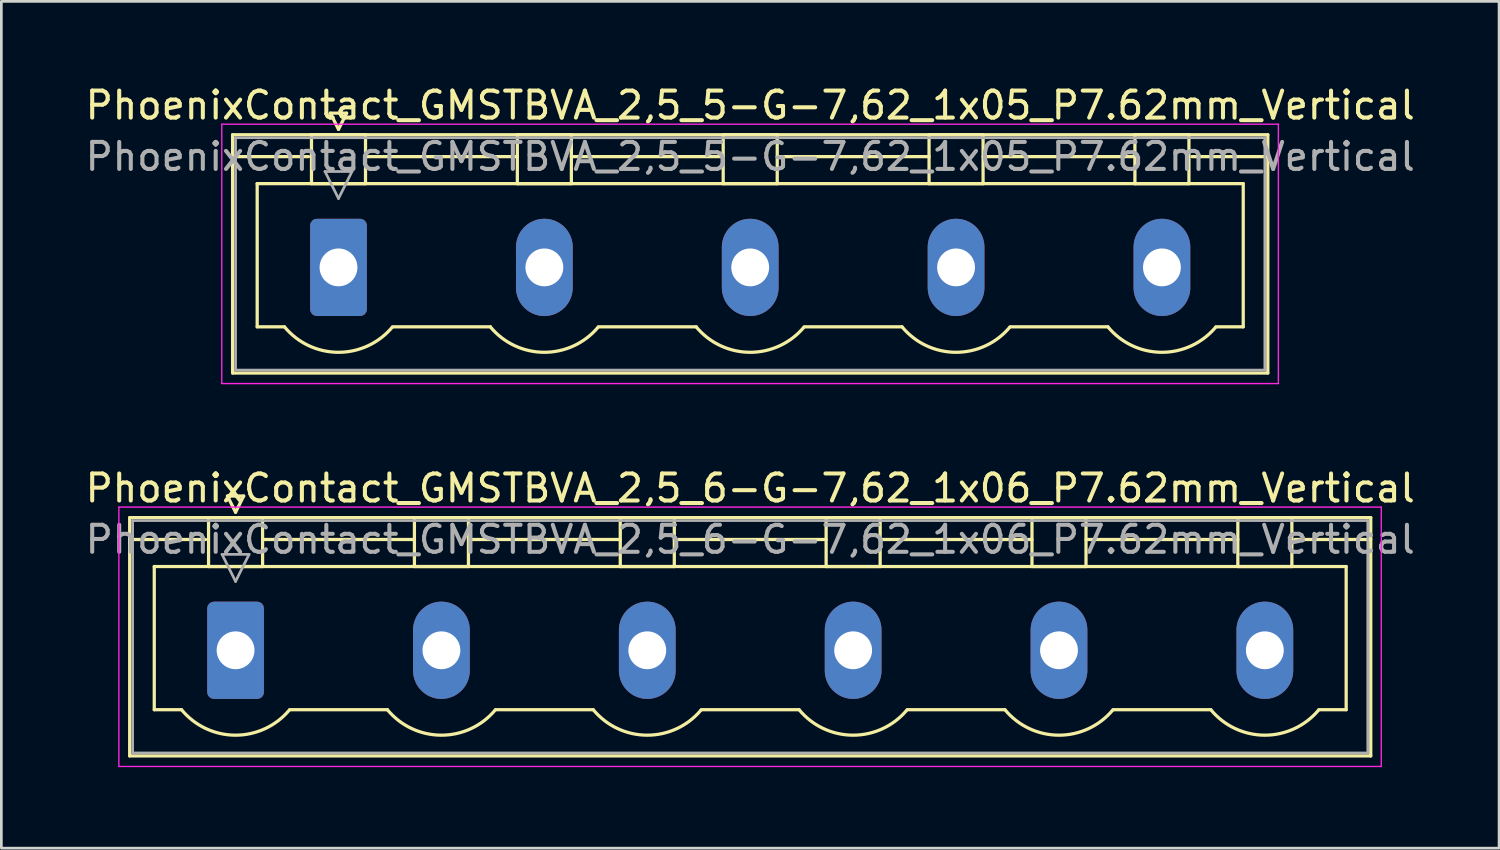
<source format=kicad_pcb>
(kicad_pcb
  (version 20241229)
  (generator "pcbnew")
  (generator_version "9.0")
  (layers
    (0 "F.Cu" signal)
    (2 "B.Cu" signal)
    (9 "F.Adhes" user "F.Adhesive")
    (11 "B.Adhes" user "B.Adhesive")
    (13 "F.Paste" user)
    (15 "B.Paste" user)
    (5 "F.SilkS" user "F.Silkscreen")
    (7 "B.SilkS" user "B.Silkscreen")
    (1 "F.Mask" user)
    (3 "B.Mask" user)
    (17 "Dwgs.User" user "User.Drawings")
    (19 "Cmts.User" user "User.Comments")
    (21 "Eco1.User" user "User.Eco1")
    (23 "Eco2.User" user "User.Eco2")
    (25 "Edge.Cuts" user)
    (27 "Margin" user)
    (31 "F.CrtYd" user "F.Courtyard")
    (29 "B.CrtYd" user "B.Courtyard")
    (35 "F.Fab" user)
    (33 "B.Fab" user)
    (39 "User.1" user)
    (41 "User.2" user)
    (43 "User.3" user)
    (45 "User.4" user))
  (footprint "PhoenixContact_GMSTBVA_2,5_6-G-7,62_1x06_P7.62mm_Vertical"
    (layer "F.Cu")
    (at 5.67 21.021)
    (property "Reference" "PhoenixContact_GMSTBVA_2,5_6-G-7,62_1x06_P7.62mm_Vertical" (at 19.05 -6 0) (layer "F.SilkS") (effects (font (size 1 1) (thickness 0.15))))
    (attr through_hole)
    (fp_line (start -3.92 -4.91) (end -3.92 3.91) (stroke (width 0.12) (type solid)) (layer "F.SilkS"))
    (fp_line (start -3.92 -4.1) (end -1.11 -4.1) (stroke (width 0.12) (type solid)) (layer "F.SilkS"))
    (fp_line (start -3.92 3.91) (end 42.02 3.91) (stroke (width 0.12) (type solid)) (layer "F.SilkS"))
    (fp_line (start -3.01 -3.1) (end 41.11 -3.1) (stroke (width 0.12) (type solid)) (layer "F.SilkS"))
    (fp_line (start -3.01 2.2) (end -3.01 -3.1) (stroke (width 0.12) (type solid)) (layer "F.SilkS"))
    (fp_line (start -2 2.2) (end -3.01 2.2) (stroke (width 0.12) (type solid)) (layer "F.SilkS"))
    (fp_line (start -1 -4.91) (end 1 -4.91) (stroke (width 0.12) (type solid)) (layer "F.SilkS"))
    (fp_line (start -1 -3.1) (end -1 -4.91) (stroke (width 0.12) (type solid)) (layer "F.SilkS"))
    (fp_line (start -0.3 -5.71) (end 0.3 -5.71) (stroke (width 0.12) (type solid)) (layer "F.SilkS"))
    (fp_line (start 0 -5.11) (end -0.3 -5.71) (stroke (width 0.12) (type solid)) (layer "F.SilkS"))
    (fp_line (start 0.3 -5.71) (end 0 -5.11) (stroke (width 0.12) (type solid)) (layer "F.SilkS"))
    (fp_line (start 1 -4.91) (end 1 -3.1) (stroke (width 0.12) (type solid)) (layer "F.SilkS"))
    (fp_line (start 1 -4.1) (end 6.62 -4.1) (stroke (width 0.12) (type solid)) (layer "F.SilkS"))
    (fp_line (start 1 -3.1) (end -1 -3.1) (stroke (width 0.12) (type solid)) (layer "F.SilkS"))
    (fp_line (start 2 2.2) (end 5.62 2.2) (stroke (width 0.12) (type solid)) (layer "F.SilkS"))
    (fp_line (start 6.62 -4.91) (end 8.62 -4.91) (stroke (width 0.12) (type solid)) (layer "F.SilkS"))
    (fp_line (start 6.62 -3.1) (end 6.62 -4.91) (stroke (width 0.12) (type solid)) (layer "F.SilkS"))
    (fp_line (start 8.62 -4.91) (end 8.62 -3.1) (stroke (width 0.12) (type solid)) (layer "F.SilkS"))
    (fp_line (start 8.62 -4.1) (end 14.24 -4.1) (stroke (width 0.12) (type solid)) (layer "F.SilkS"))
    (fp_line (start 8.62 -3.1) (end 6.62 -3.1) (stroke (width 0.12) (type solid)) (layer "F.SilkS"))
    (fp_line (start 9.62 2.2) (end 13.24 2.2) (stroke (width 0.12) (type solid)) (layer "F.SilkS"))
    (fp_line (start 14.24 -4.91) (end 16.24 -4.91) (stroke (width 0.12) (type solid)) (layer "F.SilkS"))
    (fp_line (start 14.24 -3.1) (end 14.24 -4.91) (stroke (width 0.12) (type solid)) (layer "F.SilkS"))
    (fp_line (start 16.24 -4.91) (end 16.24 -3.1) (stroke (width 0.12) (type solid)) (layer "F.SilkS"))
    (fp_line (start 16.24 -4.1) (end 21.86 -4.1) (stroke (width 0.12) (type solid)) (layer "F.SilkS"))
    (fp_line (start 16.24 -3.1) (end 14.24 -3.1) (stroke (width 0.12) (type solid)) (layer "F.SilkS"))
    (fp_line (start 17.24 2.2) (end 20.86 2.2) (stroke (width 0.12) (type solid)) (layer "F.SilkS"))
    (fp_line (start 21.86 -4.91) (end 23.86 -4.91) (stroke (width 0.12) (type solid)) (layer "F.SilkS"))
    (fp_line (start 21.86 -3.1) (end 21.86 -4.91) (stroke (width 0.12) (type solid)) (layer "F.SilkS"))
    (fp_line (start 23.86 -4.91) (end 23.86 -3.1) (stroke (width 0.12) (type solid)) (layer "F.SilkS"))
    (fp_line (start 23.86 -4.1) (end 29.48 -4.1) (stroke (width 0.12) (type solid)) (layer "F.SilkS"))
    (fp_line (start 23.86 -3.1) (end 21.86 -3.1) (stroke (width 0.12) (type solid)) (layer "F.SilkS"))
    (fp_line (start 24.86 2.2) (end 28.48 2.2) (stroke (width 0.12) (type solid)) (layer "F.SilkS"))
    (fp_line (start 29.48 -4.91) (end 31.48 -4.91) (stroke (width 0.12) (type solid)) (layer "F.SilkS"))
    (fp_line (start 29.48 -3.1) (end 29.48 -4.91) (stroke (width 0.12) (type solid)) (layer "F.SilkS"))
    (fp_line (start 31.48 -4.91) (end 31.48 -3.1) (stroke (width 0.12) (type solid)) (layer "F.SilkS"))
    (fp_line (start 31.48 -4.1) (end 37.1 -4.1) (stroke (width 0.12) (type solid)) (layer "F.SilkS"))
    (fp_line (start 31.48 -3.1) (end 29.48 -3.1) (stroke (width 0.12) (type solid)) (layer "F.SilkS"))
    (fp_line (start 32.48 2.2) (end 36.1 2.2) (stroke (width 0.12) (type solid)) (layer "F.SilkS"))
    (fp_line (start 37.1 -4.91) (end 39.1 -4.91) (stroke (width 0.12) (type solid)) (layer "F.SilkS"))
    (fp_line (start 37.1 -3.1) (end 37.1 -4.91) (stroke (width 0.12) (type solid)) (layer "F.SilkS"))
    (fp_line (start 39.1 -4.91) (end 39.1 -3.1) (stroke (width 0.12) (type solid)) (layer "F.SilkS"))
    (fp_line (start 39.1 -3.1) (end 37.1 -3.1) (stroke (width 0.12) (type solid)) (layer "F.SilkS"))
    (fp_line (start 41.11 -3.1) (end 41.11 2.2) (stroke (width 0.12) (type solid)) (layer "F.SilkS"))
    (fp_line (start 41.11 2.2) (end 40.1 2.2) (stroke (width 0.12) (type solid)) (layer "F.SilkS"))
    (fp_line (start 42.02 -4.91) (end -3.92 -4.91) (stroke (width 0.12) (type solid)) (layer "F.SilkS"))
    (fp_line (start 42.02 -4.1) (end 39.21 -4.1) (stroke (width 0.12) (type solid)) (layer "F.SilkS"))
    (fp_line (start 42.02 3.91) (end 42.02 -4.91) (stroke (width 0.12) (type solid)) (layer "F.SilkS"))
    (fp_arc (start 1.986842 2.215821) (mid -0.010289 3.142758) (end -2 2.2) (stroke (width 0.12) (type solid)) (layer "F.SilkS"))
    (fp_arc (start 9.606842 2.215821) (mid 7.609711 3.142758) (end 5.62 2.2) (stroke (width 0.12) (type solid)) (layer "F.SilkS"))
    (fp_arc (start 17.226842 2.215821) (mid 15.229711 3.142758) (end 13.24 2.2) (stroke (width 0.12) (type solid)) (layer "F.SilkS"))
    (fp_arc (start 24.846842 2.215821) (mid 22.849711 3.142758) (end 20.86 2.2) (stroke (width 0.12) (type solid)) (layer "F.SilkS"))
    (fp_arc (start 32.466842 2.215821) (mid 30.469711 3.142758) (end 28.48 2.2) (stroke (width 0.12) (type solid)) (layer "F.SilkS"))
    (fp_arc (start 40.086842 2.215821) (mid 38.089711 3.142758) (end 36.1 2.2) (stroke (width 0.12) (type solid)) (layer "F.SilkS"))
    (fp_line (start -4.32 -5.3) (end -4.32 4.3) (stroke (width 0.05) (type solid)) (layer "F.CrtYd"))
    (fp_line (start -4.32 4.3) (end 42.41 4.3) (stroke (width 0.05) (type solid)) (layer "F.CrtYd"))
    (fp_line (start 42.41 -5.3) (end -4.32 -5.3) (stroke (width 0.05) (type solid)) (layer "F.CrtYd"))
    (fp_line (start 42.41 4.3) (end 42.41 -5.3) (stroke (width 0.05) (type solid)) (layer "F.CrtYd"))
    (fp_line (start -3.81 -4.8) (end -3.81 3.8) (stroke (width 0.1) (type solid)) (layer "F.Fab"))
    (fp_line (start -3.81 3.8) (end 41.91 3.8) (stroke (width 0.1) (type solid)) (layer "F.Fab"))
    (fp_line (start -0.5 -3.55) (end 0.5 -3.55) (stroke (width 0.1) (type solid)) (layer "F.Fab"))
    (fp_line (start 0 -2.55) (end -0.5 -3.55) (stroke (width 0.1) (type solid)) (layer "F.Fab"))
    (fp_line (start 0.5 -3.55) (end 0 -2.55) (stroke (width 0.1) (type solid)) (layer "F.Fab"))
    (fp_line (start 41.91 -4.8) (end -3.81 -4.8) (stroke (width 0.1) (type solid)) (layer "F.Fab"))
    (fp_line (start 41.91 3.8) (end 41.91 -4.8) (stroke (width 0.1) (type solid)) (layer "F.Fab"))
    (fp_text user "${REFERENCE}" (at 19.05 -4.1 0) (layer "F.Fab") (effects (font (size 1 1) (thickness 0.15))))
    (pad "1" thru_hole roundrect (at 0 0) (size 2.1 3.6) (drill 1.4) (layers "*.Cu" "*.Mask") (roundrect_rratio 0.119))
    (pad "2" thru_hole oval (at 7.62 0) (size 2.1 3.6) (drill 1.4) (layers "*.Cu" "*.Mask"))
    (pad "3" thru_hole oval (at 15.24 0) (size 2.1 3.6) (drill 1.4) (layers "*.Cu" "*.Mask"))
    (pad "4" thru_hole oval (at 22.86 0) (size 2.1 3.6) (drill 1.4) (layers "*.Cu" "*.Mask"))
    (pad "5" thru_hole oval (at 30.48 0) (size 2.1 3.6) (drill 1.4) (layers "*.Cu" "*.Mask"))
    (pad "6" thru_hole oval (at 38.1 0) (size 2.1 3.6) (drill 1.4) (layers "*.Cu" "*.Mask")))
  (footprint "PhoenixContact_GMSTBVA_2,5_5-G-7,62_1x05_P7.62mm_Vertical"
    (layer "F.Cu")
    (at 9.48 6.848)
    (property "Reference" "PhoenixContact_GMSTBVA_2,5_5-G-7,62_1x05_P7.62mm_Vertical" (at 15.24 -6 0) (layer "F.SilkS") (effects (font (size 1 1) (thickness 0.15))))
    (attr through_hole)
    (fp_line (start -3.92 -4.91) (end -3.92 3.91) (stroke (width 0.12) (type solid)) (layer "F.SilkS"))
    (fp_line (start -3.92 -4.1) (end -1.11 -4.1) (stroke (width 0.12) (type solid)) (layer "F.SilkS"))
    (fp_line (start -3.92 3.91) (end 34.4 3.91) (stroke (width 0.12) (type solid)) (layer "F.SilkS"))
    (fp_line (start -3.01 -3.1) (end 33.49 -3.1) (stroke (width 0.12) (type solid)) (layer "F.SilkS"))
    (fp_line (start -3.01 2.2) (end -3.01 -3.1) (stroke (width 0.12) (type solid)) (layer "F.SilkS"))
    (fp_line (start -2 2.2) (end -3.01 2.2) (stroke (width 0.12) (type solid)) (layer "F.SilkS"))
    (fp_line (start -1 -4.91) (end 1 -4.91) (stroke (width 0.12) (type solid)) (layer "F.SilkS"))
    (fp_line (start -1 -3.1) (end -1 -4.91) (stroke (width 0.12) (type solid)) (layer "F.SilkS"))
    (fp_line (start -0.3 -5.71) (end 0.3 -5.71) (stroke (width 0.12) (type solid)) (layer "F.SilkS"))
    (fp_line (start 0 -5.11) (end -0.3 -5.71) (stroke (width 0.12) (type solid)) (layer "F.SilkS"))
    (fp_line (start 0.3 -5.71) (end 0 -5.11) (stroke (width 0.12) (type solid)) (layer "F.SilkS"))
    (fp_line (start 1 -4.91) (end 1 -3.1) (stroke (width 0.12) (type solid)) (layer "F.SilkS"))
    (fp_line (start 1 -4.1) (end 6.62 -4.1) (stroke (width 0.12) (type solid)) (layer "F.SilkS"))
    (fp_line (start 1 -3.1) (end -1 -3.1) (stroke (width 0.12) (type solid)) (layer "F.SilkS"))
    (fp_line (start 2 2.2) (end 5.62 2.2) (stroke (width 0.12) (type solid)) (layer "F.SilkS"))
    (fp_line (start 6.62 -4.91) (end 8.62 -4.91) (stroke (width 0.12) (type solid)) (layer "F.SilkS"))
    (fp_line (start 6.62 -3.1) (end 6.62 -4.91) (stroke (width 0.12) (type solid)) (layer "F.SilkS"))
    (fp_line (start 8.62 -4.91) (end 8.62 -3.1) (stroke (width 0.12) (type solid)) (layer "F.SilkS"))
    (fp_line (start 8.62 -4.1) (end 14.24 -4.1) (stroke (width 0.12) (type solid)) (layer "F.SilkS"))
    (fp_line (start 8.62 -3.1) (end 6.62 -3.1) (stroke (width 0.12) (type solid)) (layer "F.SilkS"))
    (fp_line (start 9.62 2.2) (end 13.24 2.2) (stroke (width 0.12) (type solid)) (layer "F.SilkS"))
    (fp_line (start 14.24 -4.91) (end 16.24 -4.91) (stroke (width 0.12) (type solid)) (layer "F.SilkS"))
    (fp_line (start 14.24 -3.1) (end 14.24 -4.91) (stroke (width 0.12) (type solid)) (layer "F.SilkS"))
    (fp_line (start 16.24 -4.91) (end 16.24 -3.1) (stroke (width 0.12) (type solid)) (layer "F.SilkS"))
    (fp_line (start 16.24 -4.1) (end 21.86 -4.1) (stroke (width 0.12) (type solid)) (layer "F.SilkS"))
    (fp_line (start 16.24 -3.1) (end 14.24 -3.1) (stroke (width 0.12) (type solid)) (layer "F.SilkS"))
    (fp_line (start 17.24 2.2) (end 20.86 2.2) (stroke (width 0.12) (type solid)) (layer "F.SilkS"))
    (fp_line (start 21.86 -4.91) (end 23.86 -4.91) (stroke (width 0.12) (type solid)) (layer "F.SilkS"))
    (fp_line (start 21.86 -3.1) (end 21.86 -4.91) (stroke (width 0.12) (type solid)) (layer "F.SilkS"))
    (fp_line (start 23.86 -4.91) (end 23.86 -3.1) (stroke (width 0.12) (type solid)) (layer "F.SilkS"))
    (fp_line (start 23.86 -4.1) (end 29.48 -4.1) (stroke (width 0.12) (type solid)) (layer "F.SilkS"))
    (fp_line (start 23.86 -3.1) (end 21.86 -3.1) (stroke (width 0.12) (type solid)) (layer "F.SilkS"))
    (fp_line (start 24.86 2.2) (end 28.48 2.2) (stroke (width 0.12) (type solid)) (layer "F.SilkS"))
    (fp_line (start 29.48 -4.91) (end 31.48 -4.91) (stroke (width 0.12) (type solid)) (layer "F.SilkS"))
    (fp_line (start 29.48 -3.1) (end 29.48 -4.91) (stroke (width 0.12) (type solid)) (layer "F.SilkS"))
    (fp_line (start 31.48 -4.91) (end 31.48 -3.1) (stroke (width 0.12) (type solid)) (layer "F.SilkS"))
    (fp_line (start 31.48 -3.1) (end 29.48 -3.1) (stroke (width 0.12) (type solid)) (layer "F.SilkS"))
    (fp_line (start 33.49 -3.1) (end 33.49 2.2) (stroke (width 0.12) (type solid)) (layer "F.SilkS"))
    (fp_line (start 33.49 2.2) (end 32.48 2.2) (stroke (width 0.12) (type solid)) (layer "F.SilkS"))
    (fp_line (start 34.4 -4.91) (end -3.92 -4.91) (stroke (width 0.12) (type solid)) (layer "F.SilkS"))
    (fp_line (start 34.4 -4.1) (end 31.59 -4.1) (stroke (width 0.12) (type solid)) (layer "F.SilkS"))
    (fp_line (start 34.4 3.91) (end 34.4 -4.91) (stroke (width 0.12) (type solid)) (layer "F.SilkS"))
    (fp_arc (start 1.986842 2.215821) (mid -0.010289 3.142758) (end -2 2.2) (stroke (width 0.12) (type solid)) (layer "F.SilkS"))
    (fp_arc (start 9.606842 2.215821) (mid 7.609711 3.142758) (end 5.62 2.2) (stroke (width 0.12) (type solid)) (layer "F.SilkS"))
    (fp_arc (start 17.226842 2.215821) (mid 15.229711 3.142758) (end 13.24 2.2) (stroke (width 0.12) (type solid)) (layer "F.SilkS"))
    (fp_arc (start 24.846842 2.215821) (mid 22.849711 3.142758) (end 20.86 2.2) (stroke (width 0.12) (type solid)) (layer "F.SilkS"))
    (fp_arc (start 32.466842 2.215821) (mid 30.469711 3.142758) (end 28.48 2.2) (stroke (width 0.12) (type solid)) (layer "F.SilkS"))
    (fp_line (start -4.32 -5.3) (end -4.32 4.3) (stroke (width 0.05) (type solid)) (layer "F.CrtYd"))
    (fp_line (start -4.32 4.3) (end 34.79 4.3) (stroke (width 0.05) (type solid)) (layer "F.CrtYd"))
    (fp_line (start 34.79 -5.3) (end -4.32 -5.3) (stroke (width 0.05) (type solid)) (layer "F.CrtYd"))
    (fp_line (start 34.79 4.3) (end 34.79 -5.3) (stroke (width 0.05) (type solid)) (layer "F.CrtYd"))
    (fp_line (start -3.81 -4.8) (end -3.81 3.8) (stroke (width 0.1) (type solid)) (layer "F.Fab"))
    (fp_line (start -3.81 3.8) (end 34.29 3.8) (stroke (width 0.1) (type solid)) (layer "F.Fab"))
    (fp_line (start -0.5 -3.55) (end 0.5 -3.55) (stroke (width 0.1) (type solid)) (layer "F.Fab"))
    (fp_line (start 0 -2.55) (end -0.5 -3.55) (stroke (width 0.1) (type solid)) (layer "F.Fab"))
    (fp_line (start 0.5 -3.55) (end 0 -2.55) (stroke (width 0.1) (type solid)) (layer "F.Fab"))
    (fp_line (start 34.29 -4.8) (end -3.81 -4.8) (stroke (width 0.1) (type solid)) (layer "F.Fab"))
    (fp_line (start 34.29 3.8) (end 34.29 -4.8) (stroke (width 0.1) (type solid)) (layer "F.Fab"))
    (fp_text user "${REFERENCE}" (at 15.24 -4.1 0) (layer "F.Fab") (effects (font (size 1 1) (thickness 0.15))))
    (pad "1" thru_hole roundrect (at 0 0) (size 2.1 3.6) (drill 1.4) (layers "*.Cu" "*.Mask") (roundrect_rratio 0.119))
    (pad "2" thru_hole oval (at 7.62 0) (size 2.1 3.6) (drill 1.4) (layers "*.Cu" "*.Mask"))
    (pad "3" thru_hole oval (at 15.24 0) (size 2.1 3.6) (drill 1.4) (layers "*.Cu" "*.Mask"))
    (pad "4" thru_hole oval (at 22.86 0) (size 2.1 3.6) (drill 1.4) (layers "*.Cu" "*.Mask"))
    (pad "5" thru_hole oval (at 30.48 0) (size 2.1 3.6) (drill 1.4) (layers "*.Cu" "*.Mask")))
  (gr_rect
    (start -3 -3)
    (end 52.44 28.346)
    (stroke (width 0.1) (type default))
    (fill no)
    (layer "Edge.Cuts")))
</source>
